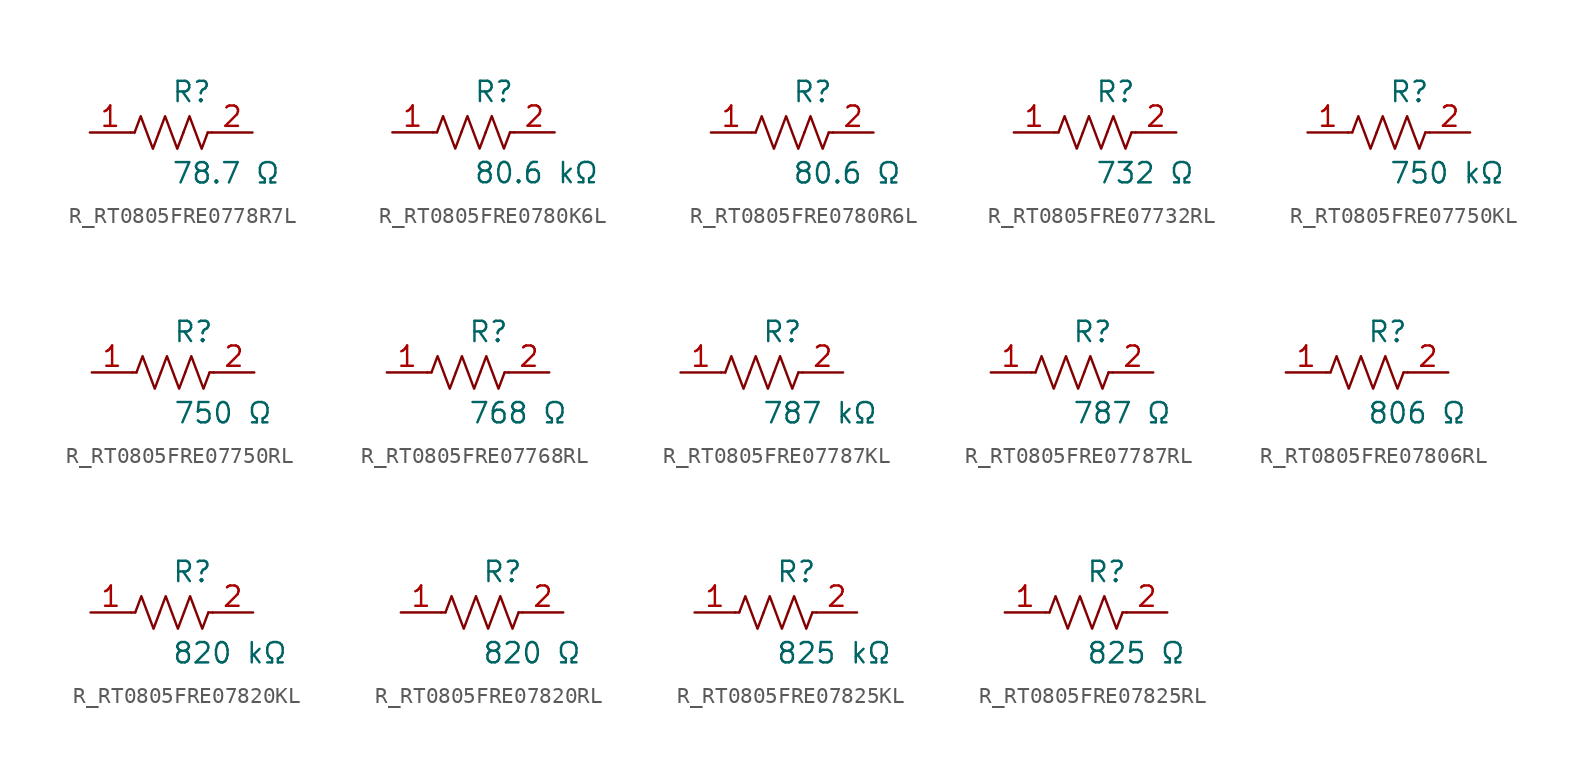
<source format=kicad_sym>
(kicad_symbol_lib
  (version 20231120)
  (generator kicad_symbol_editor)
  (generator_version 8.0)
  (symbol "R_RT0805FRE0778R7L"
    (pin_names
      (offset 0.254))
    (property "Reference" "R"
      (at 0 2.54 0)
      (effects (font (size 1.27 1.27)) (justify left)))
    (property "Value" "78.7 Ω"
      (at 0 -2.54 0)
      (effects (font (size 1.27 1.27)) (justify left)))
    (symbol "R_RT0805FRE0778R7L_0_1"
      (polyline (pts (xy 2.286 0) (xy 2.54 0)) (stroke (width 0) (type default)) (fill (type none)))
      (polyline (pts (xy -2.286 0) (xy -2.54 0)) (stroke (width 0) (type default)) (fill (type none)))
      (polyline (pts (xy 0.762 0) (xy 1.143 1.016) (xy 1.524 0) (xy 1.905 -1.016) (xy 2.286 0)) (stroke (width 0) (type default)) (fill (type none)))
      (polyline (pts (xy -0.762 0) (xy -0.381 1.016) (xy 0 0) (xy 0.381 -1.016) (xy 0.762 0)) (stroke (width 0) (type default)) (fill (type none)))
      (polyline (pts (xy -2.286 0) (xy -1.905 1.016) (xy -1.524 0) (xy -1.143 -1.016) (xy -0.762 0)) (stroke (width 0) (type default)) (fill (type none))))
    (pin passive line
      (at -5.08 0 0)
      (length 2.54)
      (name "" (effects (font (size 1.27 1.27))))
      (number "1" (effects (font (size 1.27 1.27)))))
    (pin passive line
      (at 5.08 0 180)
      (length 2.54)
      (name "" (effects (font (size 1.27 1.27))))
      (number "2" (effects (font (size 1.27 1.27))))))
  (symbol "R_RT0805FRE0780K6L"
    (pin_names
      (offset 0.254))
    (property "Reference" "R"
      (at 0 2.54 0)
      (effects (font (size 1.27 1.27)) (justify left)))
    (property "Value" "80.6 kΩ"
      (at 0 -2.54 0)
      (effects (font (size 1.27 1.27)) (justify left)))
    (symbol "R_RT0805FRE0780K6L_0_1"
      (polyline (pts (xy 2.286 0) (xy 2.54 0)) (stroke (width 0) (type default)) (fill (type none)))
      (polyline (pts (xy -2.286 0) (xy -2.54 0)) (stroke (width 0) (type default)) (fill (type none)))
      (polyline (pts (xy 0.762 0) (xy 1.143 1.016) (xy 1.524 0) (xy 1.905 -1.016) (xy 2.286 0)) (stroke (width 0) (type default)) (fill (type none)))
      (polyline (pts (xy -0.762 0) (xy -0.381 1.016) (xy 0 0) (xy 0.381 -1.016) (xy 0.762 0)) (stroke (width 0) (type default)) (fill (type none)))
      (polyline (pts (xy -2.286 0) (xy -1.905 1.016) (xy -1.524 0) (xy -1.143 -1.016) (xy -0.762 0)) (stroke (width 0) (type default)) (fill (type none))))
    (pin passive line
      (at -5.08 0 0)
      (length 2.54)
      (name "" (effects (font (size 1.27 1.27))))
      (number "1" (effects (font (size 1.27 1.27)))))
    (pin passive line
      (at 5.08 0 180)
      (length 2.54)
      (name "" (effects (font (size 1.27 1.27))))
      (number "2" (effects (font (size 1.27 1.27))))))
  (symbol "R_RT0805FRE0780R6L"
    (pin_names
      (offset 0.254))
    (property "Reference" "R"
      (at 0 2.54 0)
      (effects (font (size 1.27 1.27)) (justify left)))
    (property "Value" "80.6 Ω"
      (at 0 -2.54 0)
      (effects (font (size 1.27 1.27)) (justify left)))
    (symbol "R_RT0805FRE0780R6L_0_1"
      (polyline (pts (xy 2.286 0) (xy 2.54 0)) (stroke (width 0) (type default)) (fill (type none)))
      (polyline (pts (xy -2.286 0) (xy -2.54 0)) (stroke (width 0) (type default)) (fill (type none)))
      (polyline (pts (xy 0.762 0) (xy 1.143 1.016) (xy 1.524 0) (xy 1.905 -1.016) (xy 2.286 0)) (stroke (width 0) (type default)) (fill (type none)))
      (polyline (pts (xy -0.762 0) (xy -0.381 1.016) (xy 0 0) (xy 0.381 -1.016) (xy 0.762 0)) (stroke (width 0) (type default)) (fill (type none)))
      (polyline (pts (xy -2.286 0) (xy -1.905 1.016) (xy -1.524 0) (xy -1.143 -1.016) (xy -0.762 0)) (stroke (width 0) (type default)) (fill (type none))))
    (pin passive line
      (at -5.08 0 0)
      (length 2.54)
      (name "" (effects (font (size 1.27 1.27))))
      (number "1" (effects (font (size 1.27 1.27)))))
    (pin passive line
      (at 5.08 0 180)
      (length 2.54)
      (name "" (effects (font (size 1.27 1.27))))
      (number "2" (effects (font (size 1.27 1.27))))))
  (symbol "R_RT0805FRE07732RL"
    (pin_names
      (offset 0.254))
    (property "Reference" "R"
      (at 0 2.54 0)
      (effects (font (size 1.27 1.27)) (justify left)))
    (property "Value" "732 Ω"
      (at 0 -2.54 0)
      (effects (font (size 1.27 1.27)) (justify left)))
    (symbol "R_RT0805FRE07732RL_0_1"
      (polyline (pts (xy 2.286 0) (xy 2.54 0)) (stroke (width 0) (type default)) (fill (type none)))
      (polyline (pts (xy -2.286 0) (xy -2.54 0)) (stroke (width 0) (type default)) (fill (type none)))
      (polyline (pts (xy 0.762 0) (xy 1.143 1.016) (xy 1.524 0) (xy 1.905 -1.016) (xy 2.286 0)) (stroke (width 0) (type default)) (fill (type none)))
      (polyline (pts (xy -0.762 0) (xy -0.381 1.016) (xy 0 0) (xy 0.381 -1.016) (xy 0.762 0)) (stroke (width 0) (type default)) (fill (type none)))
      (polyline (pts (xy -2.286 0) (xy -1.905 1.016) (xy -1.524 0) (xy -1.143 -1.016) (xy -0.762 0)) (stroke (width 0) (type default)) (fill (type none))))
    (pin passive line
      (at -5.08 0 0)
      (length 2.54)
      (name "" (effects (font (size 1.27 1.27))))
      (number "1" (effects (font (size 1.27 1.27)))))
    (pin passive line
      (at 5.08 0 180)
      (length 2.54)
      (name "" (effects (font (size 1.27 1.27))))
      (number "2" (effects (font (size 1.27 1.27))))))
  (symbol "R_RT0805FRE07750KL"
    (pin_names
      (offset 0.254))
    (property "Reference" "R"
      (at 0 2.54 0)
      (effects (font (size 1.27 1.27)) (justify left)))
    (property "Value" "750 kΩ"
      (at 0 -2.54 0)
      (effects (font (size 1.27 1.27)) (justify left)))
    (symbol "R_RT0805FRE07750KL_0_1"
      (polyline (pts (xy 2.286 0) (xy 2.54 0)) (stroke (width 0) (type default)) (fill (type none)))
      (polyline (pts (xy -2.286 0) (xy -2.54 0)) (stroke (width 0) (type default)) (fill (type none)))
      (polyline (pts (xy 0.762 0) (xy 1.143 1.016) (xy 1.524 0) (xy 1.905 -1.016) (xy 2.286 0)) (stroke (width 0) (type default)) (fill (type none)))
      (polyline (pts (xy -0.762 0) (xy -0.381 1.016) (xy 0 0) (xy 0.381 -1.016) (xy 0.762 0)) (stroke (width 0) (type default)) (fill (type none)))
      (polyline (pts (xy -2.286 0) (xy -1.905 1.016) (xy -1.524 0) (xy -1.143 -1.016) (xy -0.762 0)) (stroke (width 0) (type default)) (fill (type none))))
    (pin passive line
      (at -5.08 0 0)
      (length 2.54)
      (name "" (effects (font (size 1.27 1.27))))
      (number "1" (effects (font (size 1.27 1.27)))))
    (pin passive line
      (at 5.08 0 180)
      (length 2.54)
      (name "" (effects (font (size 1.27 1.27))))
      (number "2" (effects (font (size 1.27 1.27))))))
  (symbol "R_RT0805FRE07750RL"
    (pin_names
      (offset 0.254))
    (property "Reference" "R"
      (at 0 2.54 0)
      (effects (font (size 1.27 1.27)) (justify left)))
    (property "Value" "750 Ω"
      (at 0 -2.54 0)
      (effects (font (size 1.27 1.27)) (justify left)))
    (symbol "R_RT0805FRE07750RL_0_1"
      (polyline (pts (xy 2.286 0) (xy 2.54 0)) (stroke (width 0) (type default)) (fill (type none)))
      (polyline (pts (xy -2.286 0) (xy -2.54 0)) (stroke (width 0) (type default)) (fill (type none)))
      (polyline (pts (xy 0.762 0) (xy 1.143 1.016) (xy 1.524 0) (xy 1.905 -1.016) (xy 2.286 0)) (stroke (width 0) (type default)) (fill (type none)))
      (polyline (pts (xy -0.762 0) (xy -0.381 1.016) (xy 0 0) (xy 0.381 -1.016) (xy 0.762 0)) (stroke (width 0) (type default)) (fill (type none)))
      (polyline (pts (xy -2.286 0) (xy -1.905 1.016) (xy -1.524 0) (xy -1.143 -1.016) (xy -0.762 0)) (stroke (width 0) (type default)) (fill (type none))))
    (pin passive line
      (at -5.08 0 0)
      (length 2.54)
      (name "" (effects (font (size 1.27 1.27))))
      (number "1" (effects (font (size 1.27 1.27)))))
    (pin passive line
      (at 5.08 0 180)
      (length 2.54)
      (name "" (effects (font (size 1.27 1.27))))
      (number "2" (effects (font (size 1.27 1.27))))))
  (symbol "R_RT0805FRE07768RL"
    (pin_names
      (offset 0.254))
    (property "Reference" "R"
      (at 0 2.54 0)
      (effects (font (size 1.27 1.27)) (justify left)))
    (property "Value" "768 Ω"
      (at 0 -2.54 0)
      (effects (font (size 1.27 1.27)) (justify left)))
    (symbol "R_RT0805FRE07768RL_0_1"
      (polyline (pts (xy 2.286 0) (xy 2.54 0)) (stroke (width 0) (type default)) (fill (type none)))
      (polyline (pts (xy -2.286 0) (xy -2.54 0)) (stroke (width 0) (type default)) (fill (type none)))
      (polyline (pts (xy 0.762 0) (xy 1.143 1.016) (xy 1.524 0) (xy 1.905 -1.016) (xy 2.286 0)) (stroke (width 0) (type default)) (fill (type none)))
      (polyline (pts (xy -0.762 0) (xy -0.381 1.016) (xy 0 0) (xy 0.381 -1.016) (xy 0.762 0)) (stroke (width 0) (type default)) (fill (type none)))
      (polyline (pts (xy -2.286 0) (xy -1.905 1.016) (xy -1.524 0) (xy -1.143 -1.016) (xy -0.762 0)) (stroke (width 0) (type default)) (fill (type none))))
    (pin passive line
      (at -5.08 0 0)
      (length 2.54)
      (name "" (effects (font (size 1.27 1.27))))
      (number "1" (effects (font (size 1.27 1.27)))))
    (pin passive line
      (at 5.08 0 180)
      (length 2.54)
      (name "" (effects (font (size 1.27 1.27))))
      (number "2" (effects (font (size 1.27 1.27))))))
  (symbol "R_RT0805FRE07787KL"
    (pin_names
      (offset 0.254))
    (property "Reference" "R"
      (at 0 2.54 0)
      (effects (font (size 1.27 1.27)) (justify left)))
    (property "Value" "787 kΩ"
      (at 0 -2.54 0)
      (effects (font (size 1.27 1.27)) (justify left)))
    (symbol "R_RT0805FRE07787KL_0_1"
      (polyline (pts (xy 2.286 0) (xy 2.54 0)) (stroke (width 0) (type default)) (fill (type none)))
      (polyline (pts (xy -2.286 0) (xy -2.54 0)) (stroke (width 0) (type default)) (fill (type none)))
      (polyline (pts (xy 0.762 0) (xy 1.143 1.016) (xy 1.524 0) (xy 1.905 -1.016) (xy 2.286 0)) (stroke (width 0) (type default)) (fill (type none)))
      (polyline (pts (xy -0.762 0) (xy -0.381 1.016) (xy 0 0) (xy 0.381 -1.016) (xy 0.762 0)) (stroke (width 0) (type default)) (fill (type none)))
      (polyline (pts (xy -2.286 0) (xy -1.905 1.016) (xy -1.524 0) (xy -1.143 -1.016) (xy -0.762 0)) (stroke (width 0) (type default)) (fill (type none))))
    (pin passive line
      (at -5.08 0 0)
      (length 2.54)
      (name "" (effects (font (size 1.27 1.27))))
      (number "1" (effects (font (size 1.27 1.27)))))
    (pin passive line
      (at 5.08 0 180)
      (length 2.54)
      (name "" (effects (font (size 1.27 1.27))))
      (number "2" (effects (font (size 1.27 1.27))))))
  (symbol "R_RT0805FRE07787RL"
    (pin_names
      (offset 0.254))
    (property "Reference" "R"
      (at 0 2.54 0)
      (effects (font (size 1.27 1.27)) (justify left)))
    (property "Value" "787 Ω"
      (at 0 -2.54 0)
      (effects (font (size 1.27 1.27)) (justify left)))
    (symbol "R_RT0805FRE07787RL_0_1"
      (polyline (pts (xy 2.286 0) (xy 2.54 0)) (stroke (width 0) (type default)) (fill (type none)))
      (polyline (pts (xy -2.286 0) (xy -2.54 0)) (stroke (width 0) (type default)) (fill (type none)))
      (polyline (pts (xy 0.762 0) (xy 1.143 1.016) (xy 1.524 0) (xy 1.905 -1.016) (xy 2.286 0)) (stroke (width 0) (type default)) (fill (type none)))
      (polyline (pts (xy -0.762 0) (xy -0.381 1.016) (xy 0 0) (xy 0.381 -1.016) (xy 0.762 0)) (stroke (width 0) (type default)) (fill (type none)))
      (polyline (pts (xy -2.286 0) (xy -1.905 1.016) (xy -1.524 0) (xy -1.143 -1.016) (xy -0.762 0)) (stroke (width 0) (type default)) (fill (type none))))
    (pin passive line
      (at -5.08 0 0)
      (length 2.54)
      (name "" (effects (font (size 1.27 1.27))))
      (number "1" (effects (font (size 1.27 1.27)))))
    (pin passive line
      (at 5.08 0 180)
      (length 2.54)
      (name "" (effects (font (size 1.27 1.27))))
      (number "2" (effects (font (size 1.27 1.27))))))
  (symbol "R_RT0805FRE07806RL"
    (pin_names
      (offset 0.254))
    (property "Reference" "R"
      (at 0 2.54 0)
      (effects (font (size 1.27 1.27)) (justify left)))
    (property "Value" "806 Ω"
      (at 0 -2.54 0)
      (effects (font (size 1.27 1.27)) (justify left)))
    (symbol "R_RT0805FRE07806RL_0_1"
      (polyline (pts (xy 2.286 0) (xy 2.54 0)) (stroke (width 0) (type default)) (fill (type none)))
      (polyline (pts (xy -2.286 0) (xy -2.54 0)) (stroke (width 0) (type default)) (fill (type none)))
      (polyline (pts (xy 0.762 0) (xy 1.143 1.016) (xy 1.524 0) (xy 1.905 -1.016) (xy 2.286 0)) (stroke (width 0) (type default)) (fill (type none)))
      (polyline (pts (xy -0.762 0) (xy -0.381 1.016) (xy 0 0) (xy 0.381 -1.016) (xy 0.762 0)) (stroke (width 0) (type default)) (fill (type none)))
      (polyline (pts (xy -2.286 0) (xy -1.905 1.016) (xy -1.524 0) (xy -1.143 -1.016) (xy -0.762 0)) (stroke (width 0) (type default)) (fill (type none))))
    (pin passive line
      (at -5.08 0 0)
      (length 2.54)
      (name "" (effects (font (size 1.27 1.27))))
      (number "1" (effects (font (size 1.27 1.27)))))
    (pin passive line
      (at 5.08 0 180)
      (length 2.54)
      (name "" (effects (font (size 1.27 1.27))))
      (number "2" (effects (font (size 1.27 1.27))))))
  (symbol "R_RT0805FRE07820KL"
    (pin_names
      (offset 0.254))
    (property "Reference" "R"
      (at 0 2.54 0)
      (effects (font (size 1.27 1.27)) (justify left)))
    (property "Value" "820 kΩ"
      (at 0 -2.54 0)
      (effects (font (size 1.27 1.27)) (justify left)))
    (symbol "R_RT0805FRE07820KL_0_1"
      (polyline (pts (xy 2.286 0) (xy 2.54 0)) (stroke (width 0) (type default)) (fill (type none)))
      (polyline (pts (xy -2.286 0) (xy -2.54 0)) (stroke (width 0) (type default)) (fill (type none)))
      (polyline (pts (xy 0.762 0) (xy 1.143 1.016) (xy 1.524 0) (xy 1.905 -1.016) (xy 2.286 0)) (stroke (width 0) (type default)) (fill (type none)))
      (polyline (pts (xy -0.762 0) (xy -0.381 1.016) (xy 0 0) (xy 0.381 -1.016) (xy 0.762 0)) (stroke (width 0) (type default)) (fill (type none)))
      (polyline (pts (xy -2.286 0) (xy -1.905 1.016) (xy -1.524 0) (xy -1.143 -1.016) (xy -0.762 0)) (stroke (width 0) (type default)) (fill (type none))))
    (pin passive line
      (at -5.08 0 0)
      (length 2.54)
      (name "" (effects (font (size 1.27 1.27))))
      (number "1" (effects (font (size 1.27 1.27)))))
    (pin passive line
      (at 5.08 0 180)
      (length 2.54)
      (name "" (effects (font (size 1.27 1.27))))
      (number "2" (effects (font (size 1.27 1.27))))))
  (symbol "R_RT0805FRE07820RL"
    (pin_names
      (offset 0.254))
    (property "Reference" "R"
      (at 0 2.54 0)
      (effects (font (size 1.27 1.27)) (justify left)))
    (property "Value" "820 Ω"
      (at 0 -2.54 0)
      (effects (font (size 1.27 1.27)) (justify left)))
    (symbol "R_RT0805FRE07820RL_0_1"
      (polyline (pts (xy 2.286 0) (xy 2.54 0)) (stroke (width 0) (type default)) (fill (type none)))
      (polyline (pts (xy -2.286 0) (xy -2.54 0)) (stroke (width 0) (type default)) (fill (type none)))
      (polyline (pts (xy 0.762 0) (xy 1.143 1.016) (xy 1.524 0) (xy 1.905 -1.016) (xy 2.286 0)) (stroke (width 0) (type default)) (fill (type none)))
      (polyline (pts (xy -0.762 0) (xy -0.381 1.016) (xy 0 0) (xy 0.381 -1.016) (xy 0.762 0)) (stroke (width 0) (type default)) (fill (type none)))
      (polyline (pts (xy -2.286 0) (xy -1.905 1.016) (xy -1.524 0) (xy -1.143 -1.016) (xy -0.762 0)) (stroke (width 0) (type default)) (fill (type none))))
    (pin passive line
      (at -5.08 0 0)
      (length 2.54)
      (name "" (effects (font (size 1.27 1.27))))
      (number "1" (effects (font (size 1.27 1.27)))))
    (pin passive line
      (at 5.08 0 180)
      (length 2.54)
      (name "" (effects (font (size 1.27 1.27))))
      (number "2" (effects (font (size 1.27 1.27))))))
  (symbol "R_RT0805FRE07825KL"
    (pin_names
      (offset 0.254))
    (property "Reference" "R"
      (at 0 2.54 0)
      (effects (font (size 1.27 1.27)) (justify left)))
    (property "Value" "825 kΩ"
      (at 0 -2.54 0)
      (effects (font (size 1.27 1.27)) (justify left)))
    (symbol "R_RT0805FRE07825KL_0_1"
      (polyline (pts (xy 2.286 0) (xy 2.54 0)) (stroke (width 0) (type default)) (fill (type none)))
      (polyline (pts (xy -2.286 0) (xy -2.54 0)) (stroke (width 0) (type default)) (fill (type none)))
      (polyline (pts (xy 0.762 0) (xy 1.143 1.016) (xy 1.524 0) (xy 1.905 -1.016) (xy 2.286 0)) (stroke (width 0) (type default)) (fill (type none)))
      (polyline (pts (xy -0.762 0) (xy -0.381 1.016) (xy 0 0) (xy 0.381 -1.016) (xy 0.762 0)) (stroke (width 0) (type default)) (fill (type none)))
      (polyline (pts (xy -2.286 0) (xy -1.905 1.016) (xy -1.524 0) (xy -1.143 -1.016) (xy -0.762 0)) (stroke (width 0) (type default)) (fill (type none))))
    (pin passive line
      (at -5.08 0 0)
      (length 2.54)
      (name "" (effects (font (size 1.27 1.27))))
      (number "1" (effects (font (size 1.27 1.27)))))
    (pin passive line
      (at 5.08 0 180)
      (length 2.54)
      (name "" (effects (font (size 1.27 1.27))))
      (number "2" (effects (font (size 1.27 1.27))))))
  (symbol "R_RT0805FRE07825RL"
    (pin_names
      (offset 0.254))
    (property "Reference" "R"
      (at 0 2.54 0)
      (effects (font (size 1.27 1.27)) (justify left)))
    (property "Value" "825 Ω"
      (at 0 -2.54 0)
      (effects (font (size 1.27 1.27)) (justify left)))
    (symbol "R_RT0805FRE07825RL_0_1"
      (polyline (pts (xy 2.286 0) (xy 2.54 0)) (stroke (width 0) (type default)) (fill (type none)))
      (polyline (pts (xy -2.286 0) (xy -2.54 0)) (stroke (width 0) (type default)) (fill (type none)))
      (polyline (pts (xy 0.762 0) (xy 1.143 1.016) (xy 1.524 0) (xy 1.905 -1.016) (xy 2.286 0)) (stroke (width 0) (type default)) (fill (type none)))
      (polyline (pts (xy -0.762 0) (xy -0.381 1.016) (xy 0 0) (xy 0.381 -1.016) (xy 0.762 0)) (stroke (width 0) (type default)) (fill (type none)))
      (polyline (pts (xy -2.286 0) (xy -1.905 1.016) (xy -1.524 0) (xy -1.143 -1.016) (xy -0.762 0)) (stroke (width 0) (type default)) (fill (type none))))
    (pin passive line
      (at -5.08 0 0)
      (length 2.54)
      (name "" (effects (font (size 1.27 1.27))))
      (number "1" (effects (font (size 1.27 1.27)))))
    (pin passive line
      (at 5.08 0 180)
      (length 2.54)
      (name "" (effects (font (size 1.27 1.27))))
      (number "2" (effects (font (size 1.27 1.27)))))))
</source>
